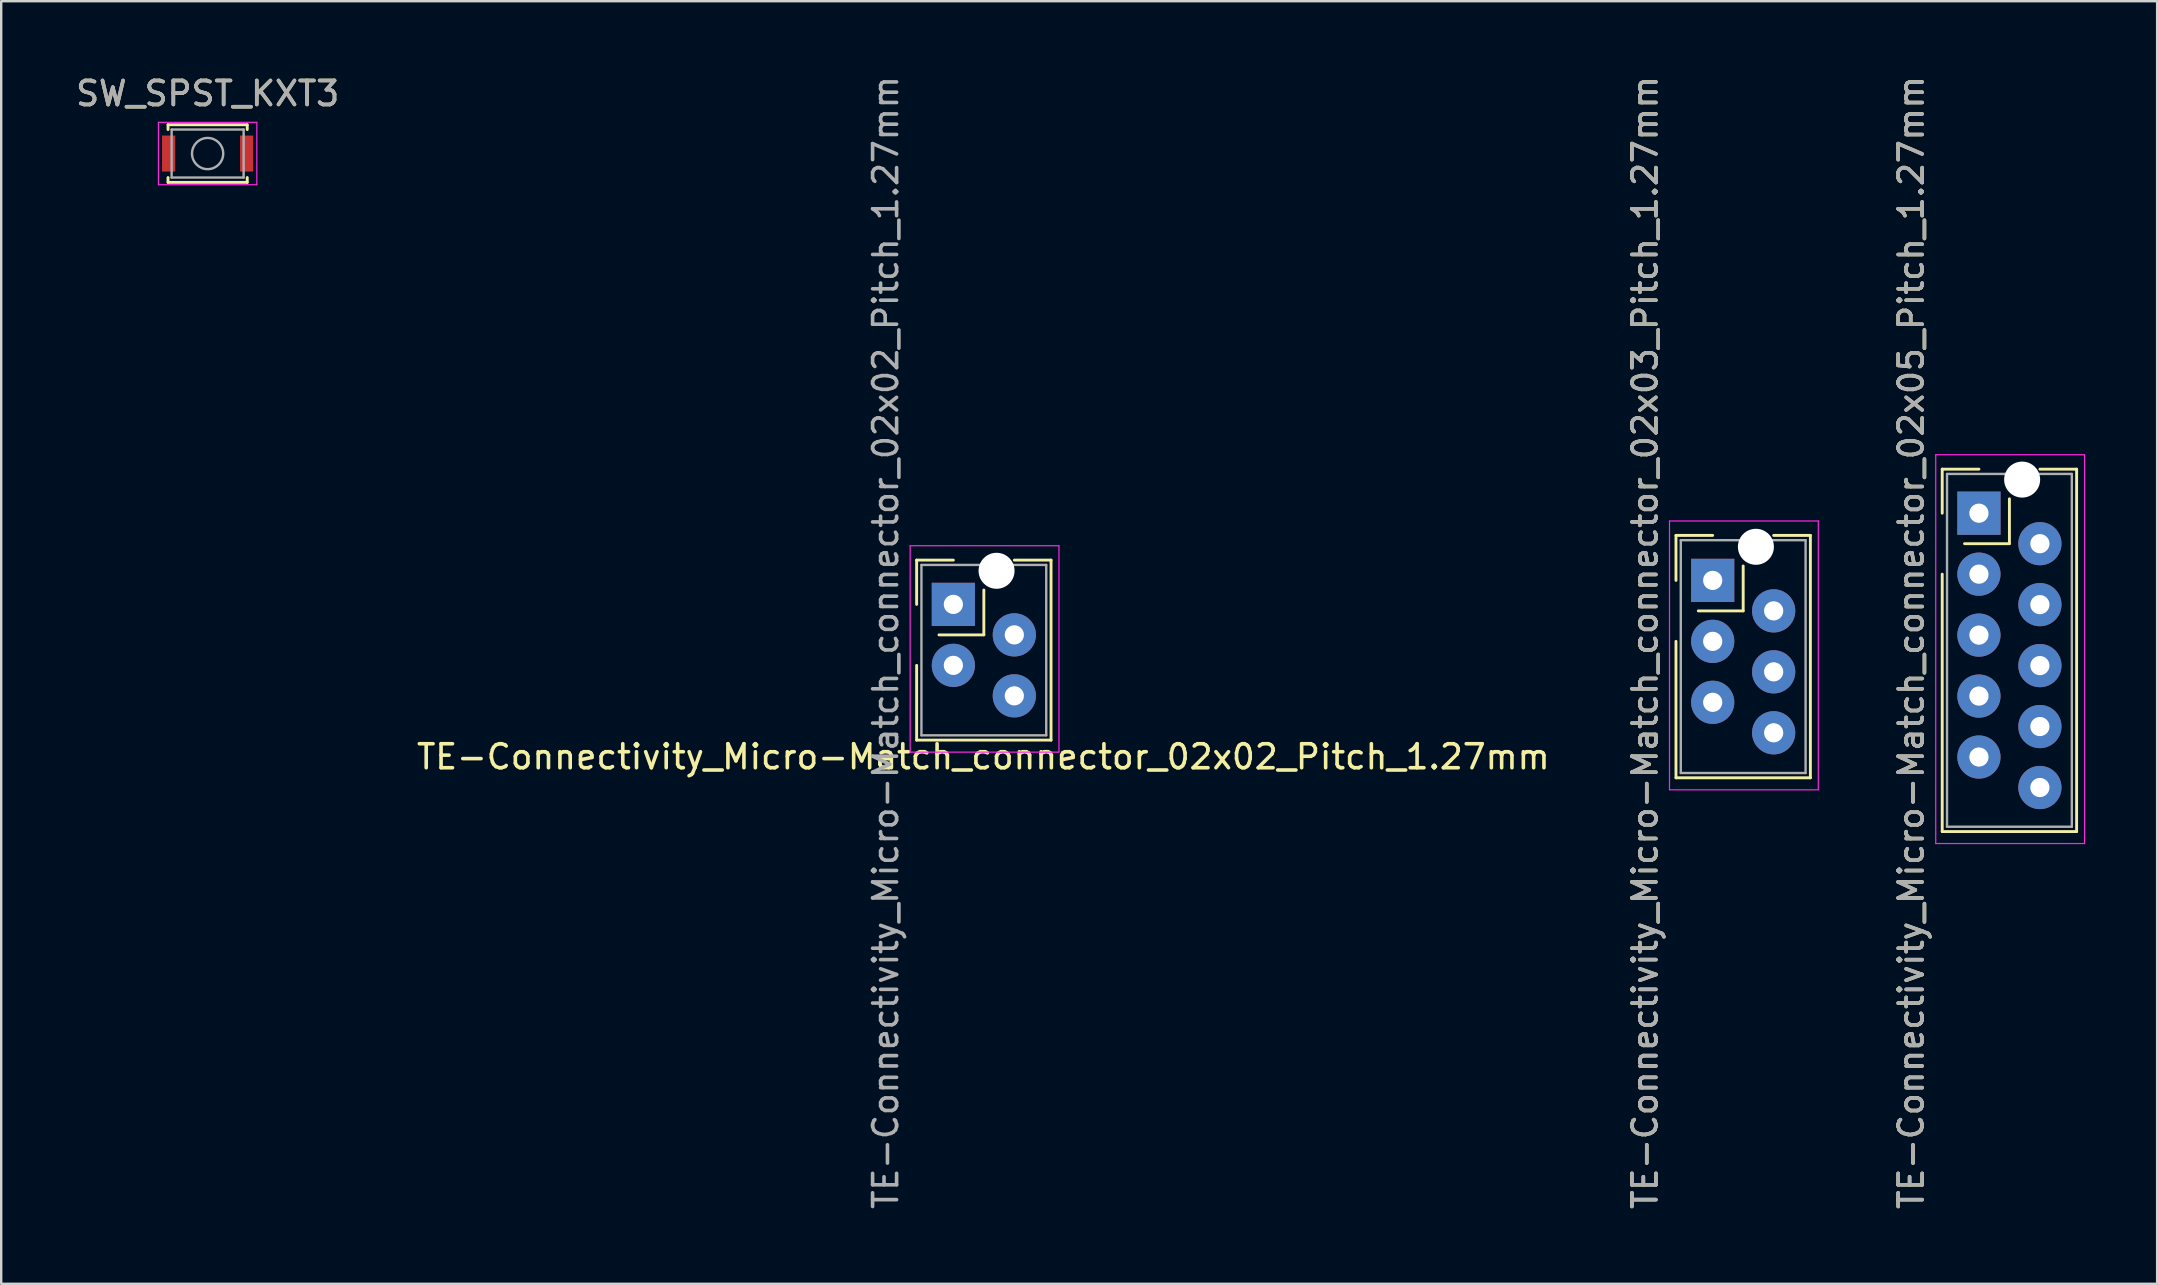
<source format=kicad_pcb>
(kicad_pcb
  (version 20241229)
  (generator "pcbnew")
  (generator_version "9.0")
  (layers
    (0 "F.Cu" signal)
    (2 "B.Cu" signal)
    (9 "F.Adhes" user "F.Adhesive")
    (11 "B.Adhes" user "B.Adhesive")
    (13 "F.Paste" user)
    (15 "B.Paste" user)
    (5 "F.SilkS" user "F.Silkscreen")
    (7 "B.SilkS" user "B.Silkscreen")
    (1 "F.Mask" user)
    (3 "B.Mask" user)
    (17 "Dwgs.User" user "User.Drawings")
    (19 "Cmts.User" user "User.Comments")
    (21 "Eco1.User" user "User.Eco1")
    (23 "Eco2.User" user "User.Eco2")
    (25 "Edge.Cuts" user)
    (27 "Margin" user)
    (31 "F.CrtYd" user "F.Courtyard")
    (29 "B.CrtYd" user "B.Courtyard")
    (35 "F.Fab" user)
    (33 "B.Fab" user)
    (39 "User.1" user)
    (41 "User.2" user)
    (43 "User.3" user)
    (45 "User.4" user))
  (footprint "TE-Connectivity_Micro-Match_connector_02x03_Pitch_1.27mm"
    (layer "F.Cu")
    (at 68.312 21.133)
    (property "Reference" "TE-Connectivity_Micro-Match_connector_02x03_Pitch_1.27mm" (at -2.821 2.587 90) (layer "F.SilkS") (effects (font (size 1 1) (thickness 0.15))))
    (attr through_hole)
    (fp_line (start -1.53 -1.875) (end 0 -1.875) (stroke (width 0.12) (type solid)) (layer "F.SilkS"))
    (fp_line (start -1.53 0) (end -1.53 -1.875) (stroke (width 0.12) (type solid)) (layer "F.SilkS"))
    (fp_line (start -1.53 2.54) (end -1.53 8.225) (stroke (width 0.12) (type solid)) (layer "F.SilkS"))
    (fp_line (start -1.53 8.225) (end 4.07 8.225) (stroke (width 0.12) (type solid)) (layer "F.SilkS"))
    (fp_line (start 1.27 -0.6) (end 1.27 1.27) (stroke (width 0.12) (type solid)) (layer "F.SilkS"))
    (fp_line (start 1.27 1.27) (end -0.6 1.27) (stroke (width 0.12) (type solid)) (layer "F.SilkS"))
    (fp_line (start 2.54 -1.875) (end 4.07 -1.875) (stroke (width 0.12) (type solid)) (layer "F.SilkS"))
    (fp_line (start 4.07 -1.875) (end 4.07 8.225) (stroke (width 0.12) (type solid)) (layer "F.SilkS"))
    (fp_line (start -1.8 -2.475) (end 4.4 -2.475) (stroke (width 0.05) (type solid)) (layer "F.CrtYd"))
    (fp_line (start -1.8 8.725) (end -1.8 -2.475) (stroke (width 0.05) (type solid)) (layer "F.CrtYd"))
    (fp_line (start -1.8 8.725) (end 4.4 8.725) (stroke (width 0.05) (type solid)) (layer "F.CrtYd"))
    (fp_line (start 4.4 8.725) (end 4.4 -2.475) (stroke (width 0.05) (type solid)) (layer "F.CrtYd"))
    (fp_line (start -1.33 -1.675) (end -1.33 8.025) (stroke (width 0.1) (type solid)) (layer "F.Fab"))
    (fp_line (start -1.33 -1.675) (end 3.87 -1.675) (stroke (width 0.1) (type solid)) (layer "F.Fab"))
    (fp_line (start -1.33 8.025) (end 3.87 8.025) (stroke (width 0.1) (type solid)) (layer "F.Fab"))
    (fp_line (start 3.87 -1.675) (end 3.87 8.025) (stroke (width 0.1) (type solid)) (layer "F.Fab"))
    (fp_text user "${REFERENCE}" (at -2.821 2.587 90) (layer "F.Fab") (effects (font (size 1 1) (thickness 0.15))))
    (pad "" np_thru_hole circle (at 1.8 -1.4) (size 1.5 1.5) (drill 1.5) (layers "*.Cu" "*.Mask"))
    (pad "1" thru_hole rect (at 0 0) (size 1.8 1.8) (drill 0.8) (layers "*.Cu" "*.Mask"))
    (pad "2" thru_hole circle (at 2.54 1.27) (size 1.8 1.8) (drill 0.8) (layers "*.Cu" "*.Mask"))
    (pad "3" thru_hole circle (at 0 2.54) (size 1.8 1.8) (drill 0.8) (layers "*.Cu" "*.Mask"))
    (pad "4" thru_hole circle (at 2.54 3.81) (size 1.8 1.8) (drill 0.8) (layers "*.Cu" "*.Mask"))
    (pad "5" thru_hole circle (at 0 5.08) (size 1.8 1.8) (drill 0.8) (layers "*.Cu" "*.Mask"))
    (pad "6" thru_hole circle (at 2.54 6.35) (size 1.8 1.8) (drill 0.8) (layers "*.Cu" "*.Mask")))
  (footprint "TE-Connectivity_Micro-Match_connector_02x02_Pitch_1.27mm"
    (layer "F.Cu")
    (at 37.943 24.038)
    (property "Reference" "TE-Connectivity_Micro-Match_connector_02x02_Pitch_1.27mm" (at -0.02 4.445 180) (layer "F.SilkS") (effects (font (size 1 1) (thickness 0.15))))
    (attr through_hole)
    (fp_line (start -2.8 -3.75) (end -1.27 -3.75) (stroke (width 0.12) (type solid)) (layer "F.SilkS"))
    (fp_line (start -2.8 -1.905) (end -2.8 -3.75) (stroke (width 0.12) (type solid)) (layer "F.SilkS"))
    (fp_line (start -2.8 0.635) (end -2.8 3.75) (stroke (width 0.12) (type solid)) (layer "F.SilkS"))
    (fp_line (start -2.8 3.75) (end 2.8 3.75) (stroke (width 0.12) (type solid)) (layer "F.SilkS"))
    (fp_line (start 0 -2.505) (end 0 -0.635) (stroke (width 0.12) (type solid)) (layer "F.SilkS"))
    (fp_line (start 0 -0.635) (end -1.87 -0.635) (stroke (width 0.12) (type solid)) (layer "F.SilkS"))
    (fp_line (start 1.27 -3.75) (end 2.8 -3.75) (stroke (width 0.12) (type solid)) (layer "F.SilkS"))
    (fp_line (start 2.8 -3.75) (end 2.8 3.75) (stroke (width 0.12) (type solid)) (layer "F.SilkS"))
    (fp_line (start -3.07 -4.35) (end 3.13 -4.35) (stroke (width 0.05) (type solid)) (layer "F.CrtYd"))
    (fp_line (start -3.07 4.25) (end -3.07 -4.35) (stroke (width 0.05) (type solid)) (layer "F.CrtYd"))
    (fp_line (start -3.07 4.25) (end 3.13 4.25) (stroke (width 0.05) (type solid)) (layer "F.CrtYd"))
    (fp_line (start 3.13 4.25) (end 3.13 -4.35) (stroke (width 0.05) (type solid)) (layer "F.CrtYd"))
    (fp_line (start -2.6 -3.55) (end -2.6 3.55) (stroke (width 0.1) (type solid)) (layer "F.Fab"))
    (fp_line (start -2.6 -3.55) (end 2.6 -3.55) (stroke (width 0.1) (type solid)) (layer "F.Fab"))
    (fp_line (start -2.6 3.55) (end 2.6 3.55) (stroke (width 0.1) (type solid)) (layer "F.Fab"))
    (fp_line (start 2.6 -3.55) (end 2.6 3.55) (stroke (width 0.1) (type solid)) (layer "F.Fab"))
    (fp_text user "${REFERENCE}" (at -4.09 -0.318 90) (layer "F.Fab") (effects (font (size 1 1) (thickness 0.15))))
    (pad "" np_thru_hole circle (at 0.53 -3.305) (size 1.5 1.5) (drill 1.5) (layers "*.Cu" "*.Mask"))
    (pad "1" thru_hole rect (at -1.27 -1.905) (size 1.8 1.8) (drill 0.8) (layers "*.Cu" "*.Mask"))
    (pad "2" thru_hole circle (at 1.27 -0.635) (size 1.8 1.8) (drill 0.8) (layers "*.Cu" "*.Mask"))
    (pad "3" thru_hole circle (at -1.27 0.635) (size 1.8 1.8) (drill 0.8) (layers "*.Cu" "*.Mask"))
    (pad "4" thru_hole circle (at 1.27 1.905) (size 1.8 1.8) (drill 0.8) (layers "*.Cu" "*.Mask")))
  (footprint "TE-Connectivity_Micro-Match_connector_02x05_Pitch_1.27mm"
    (layer "F.Cu")
    (at 79.405 18.333)
    (property "Reference" "TE-Connectivity_Micro-Match_connector_02x05_Pitch_1.27mm" (at -2.821 5.388 90) (layer "F.SilkS") (effects (font (size 1 1) (thickness 0.15))))
    (attr through_hole)
    (fp_line (start -1.53 -1.835) (end 0 -1.835) (stroke (width 0.12) (type solid)) (layer "F.SilkS"))
    (fp_line (start -1.53 0) (end -1.53 -1.835) (stroke (width 0.12) (type solid)) (layer "F.SilkS"))
    (fp_line (start -1.53 2.54) (end -1.53 13.265) (stroke (width 0.12) (type solid)) (layer "F.SilkS"))
    (fp_line (start -1.53 13.265) (end 4.07 13.265) (stroke (width 0.12) (type solid)) (layer "F.SilkS"))
    (fp_line (start 1.27 -0.6) (end 1.27 1.27) (stroke (width 0.12) (type solid)) (layer "F.SilkS"))
    (fp_line (start 1.27 1.27) (end -0.6 1.27) (stroke (width 0.12) (type solid)) (layer "F.SilkS"))
    (fp_line (start 2.54 -1.835) (end 4.07 -1.835) (stroke (width 0.12) (type solid)) (layer "F.SilkS"))
    (fp_line (start 4.07 -1.835) (end 4.07 13.265) (stroke (width 0.12) (type solid)) (layer "F.SilkS"))
    (fp_line (start -1.8 -2.435) (end 4.4 -2.435) (stroke (width 0.05) (type solid)) (layer "F.CrtYd"))
    (fp_line (start -1.8 13.765) (end -1.8 -2.435) (stroke (width 0.05) (type solid)) (layer "F.CrtYd"))
    (fp_line (start -1.8 13.765) (end 4.4 13.765) (stroke (width 0.05) (type solid)) (layer "F.CrtYd"))
    (fp_line (start 4.4 13.765) (end 4.4 -2.435) (stroke (width 0.05) (type solid)) (layer "F.CrtYd"))
    (fp_line (start -1.33 -1.635) (end -1.33 13.065) (stroke (width 0.1) (type solid)) (layer "F.Fab"))
    (fp_line (start -1.33 -1.635) (end 3.87 -1.635) (stroke (width 0.1) (type solid)) (layer "F.Fab"))
    (fp_line (start -1.33 13.065) (end 3.87 13.065) (stroke (width 0.1) (type solid)) (layer "F.Fab"))
    (fp_line (start 3.87 -1.635) (end 3.87 13.065) (stroke (width 0.1) (type solid)) (layer "F.Fab"))
    (fp_text user "${REFERENCE}" (at -2.821 5.388 90) (layer "F.Fab") (effects (font (size 1 1) (thickness 0.15))))
    (pad "" np_thru_hole circle (at 1.8 -1.4) (size 1.5 1.5) (drill 1.5) (layers "*.Cu" "*.Mask"))
    (pad "1" thru_hole rect (at 0 0) (size 1.8 1.8) (drill 0.8) (layers "*.Cu" "*.Mask"))
    (pad "2" thru_hole circle (at 2.54 1.27) (size 1.8 1.8) (drill 0.8) (layers "*.Cu" "*.Mask"))
    (pad "3" thru_hole circle (at 0 2.54) (size 1.8 1.8) (drill 0.8) (layers "*.Cu" "*.Mask"))
    (pad "4" thru_hole circle (at 2.54 3.81) (size 1.8 1.8) (drill 0.8) (layers "*.Cu" "*.Mask"))
    (pad "5" thru_hole circle (at 0 5.08) (size 1.8 1.8) (drill 0.8) (layers "*.Cu" "*.Mask"))
    (pad "6" thru_hole circle (at 2.54 6.35) (size 1.8 1.8) (drill 0.8) (layers "*.Cu" "*.Mask"))
    (pad "7" thru_hole circle (at 0 7.62) (size 1.8 1.8) (drill 0.8) (layers "*.Cu" "*.Mask"))
    (pad "8" thru_hole circle (at 2.54 8.89) (size 1.8 1.8) (drill 0.8) (layers "*.Cu" "*.Mask"))
    (pad "9" thru_hole circle (at 0 10.16) (size 1.8 1.8) (drill 0.8) (layers "*.Cu" "*.Mask"))
    (pad "10" thru_hole circle (at 2.54 11.43) (size 1.8 1.8) (drill 0.8) (layers "*.Cu" "*.Mask")))
  (footprint "SW_SPST_KXT3"
    (layer "F.Cu")
    (at 5.601 3.348)
    (property "Reference" "SW_SPST_KXT3" (at 0 -2.5 0) (layer "F.SilkS") (effects (font (size 1 1) (thickness 0.15))))
    (attr smd)
    (fp_line (start -1.65 -1.2) (end 1.65 -1.2) (stroke (width 0.12) (type solid)) (layer "F.SilkS"))
    (fp_line (start -1.65 -1) (end -1.65 -1.2) (stroke (width 0.12) (type solid)) (layer "F.SilkS"))
    (fp_line (start -1.65 1) (end -1.65 1.2) (stroke (width 0.12) (type solid)) (layer "F.SilkS"))
    (fp_line (start -1.65 1.2) (end 1.65 1.2) (stroke (width 0.12) (type solid)) (layer "F.SilkS"))
    (fp_line (start 1.65 -1.2) (end 1.65 -1) (stroke (width 0.12) (type solid)) (layer "F.SilkS"))
    (fp_line (start 1.65 1.2) (end 1.65 1) (stroke (width 0.12) (type solid)) (layer "F.SilkS"))
    (fp_line (start -2.05 -1.3) (end -2.05 1.3) (stroke (width 0.05) (type solid)) (layer "F.CrtYd"))
    (fp_line (start -2.05 1.3) (end 2.05 1.3) (stroke (width 0.05) (type solid)) (layer "F.CrtYd"))
    (fp_line (start 2.05 -1.3) (end -2.05 -1.3) (stroke (width 0.05) (type solid)) (layer "F.CrtYd"))
    (fp_line (start 2.05 1.3) (end 2.05 -1.3) (stroke (width 0.05) (type solid)) (layer "F.CrtYd"))
    (fp_line (start -1.5 -1) (end 1.5 -1) (stroke (width 0.1) (type solid)) (layer "F.Fab"))
    (fp_line (start -1.5 1) (end -1.5 -1) (stroke (width 0.1) (type solid)) (layer "F.Fab"))
    (fp_line (start 1.5 -1) (end 1.5 1) (stroke (width 0.1) (type solid)) (layer "F.Fab"))
    (fp_line (start 1.5 1) (end -1.5 1) (stroke (width 0.1) (type solid)) (layer "F.Fab"))
    (fp_circle (center 0 0) (end 0.65 0) (stroke (width 0.1) (type solid)) (fill no) (layer "F.Fab"))
    (fp_text user "${REFERENCE}" (at 0 -2.5 0) (layer "F.Fab") (effects (font (size 1 1) (thickness 0.15))))
    (pad "1" smd rect (at -1.625 0) (size 0.55 1.5) (layers "F.Cu" "F.Mask" "F.Paste"))
    (pad "2" smd rect (at 1.625 0) (size 0.55 1.5) (layers "F.Cu" "F.Mask" "F.Paste")))
  (gr_rect
    (start -3 -3)
    (end 86.83 50.44)
    (stroke (width 0.1) (type default))
    (fill no)
    (layer "Edge.Cuts")))
</source>
